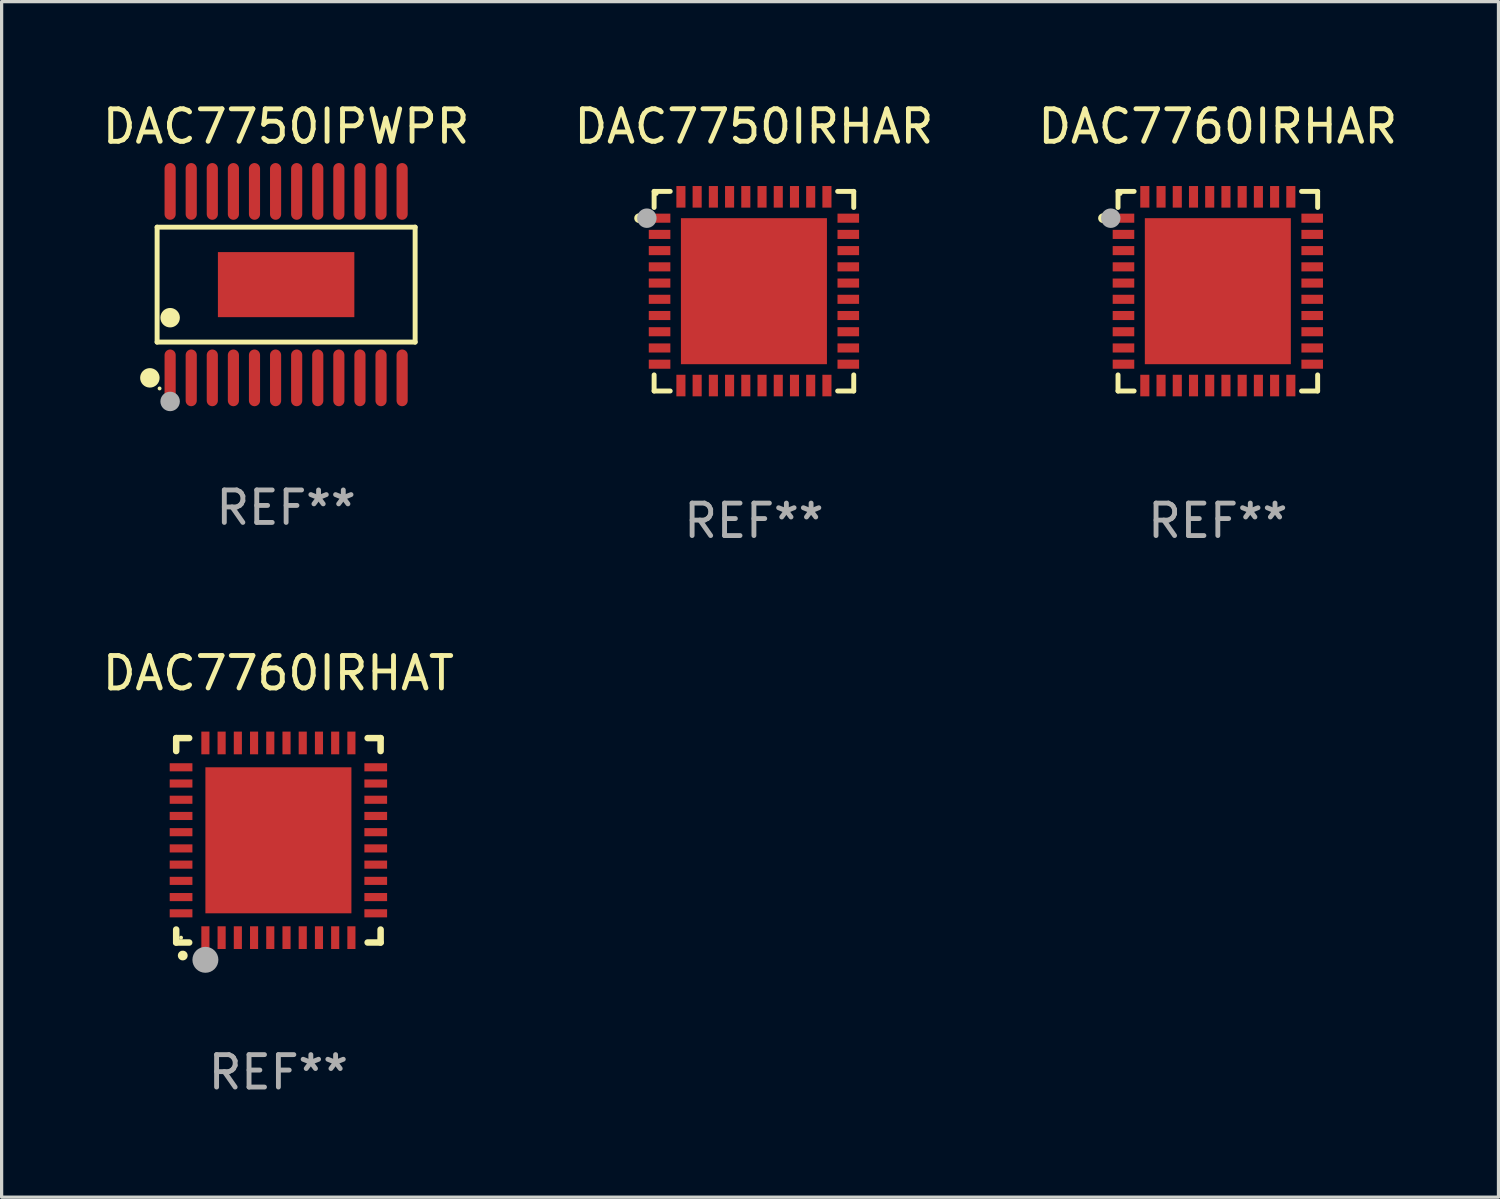
<source format=kicad_pcb>
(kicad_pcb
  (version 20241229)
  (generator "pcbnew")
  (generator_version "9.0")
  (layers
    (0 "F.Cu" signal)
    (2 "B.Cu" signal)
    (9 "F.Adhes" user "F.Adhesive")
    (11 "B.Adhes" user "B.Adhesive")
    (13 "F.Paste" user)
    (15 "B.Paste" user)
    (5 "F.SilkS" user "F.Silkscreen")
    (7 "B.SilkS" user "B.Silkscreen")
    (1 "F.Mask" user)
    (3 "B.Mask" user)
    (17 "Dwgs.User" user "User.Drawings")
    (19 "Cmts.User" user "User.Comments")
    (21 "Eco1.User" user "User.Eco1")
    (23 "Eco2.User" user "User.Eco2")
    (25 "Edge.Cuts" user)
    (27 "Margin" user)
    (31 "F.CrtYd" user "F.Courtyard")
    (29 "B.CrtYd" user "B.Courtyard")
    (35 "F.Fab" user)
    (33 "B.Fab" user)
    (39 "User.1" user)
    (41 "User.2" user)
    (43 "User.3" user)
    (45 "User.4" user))
  (footprint "DAC7750IRHAR"
    (layer "F.Cu")
    (at 20.185 5.924)
    (property "Reference" "DAC7750IRHAR" (at 0 -5.076 0) (layer "F.SilkS") (effects (font (size 1 1) (thickness 0.15))))
    (attr through_hole)
    (fp_line (start -3.076 -3.076) (end -3.076 -2.58) (stroke (width 0.152) (type solid)) (layer "F.SilkS"))
    (fp_line (start -3.076 3.076) (end -3.076 2.58) (stroke (width 0.152) (type solid)) (layer "F.SilkS"))
    (fp_line (start -2.58 -3.076) (end -3.076 -3.076) (stroke (width 0.152) (type solid)) (layer "F.SilkS"))
    (fp_line (start -2.58 3.076) (end -3.076 3.076) (stroke (width 0.152) (type solid)) (layer "F.SilkS"))
    (fp_line (start 2.58 -3.076) (end 3.076 -3.076) (stroke (width 0.152) (type solid)) (layer "F.SilkS"))
    (fp_line (start 2.58 3.076) (end 3.076 3.076) (stroke (width 0.152) (type solid)) (layer "F.SilkS"))
    (fp_line (start 3.076 -3.076) (end 3.076 -2.58) (stroke (width 0.152) (type solid)) (layer "F.SilkS"))
    (fp_line (start 3.076 3.076) (end 3.076 2.58) (stroke (width 0.152) (type solid)) (layer "F.SilkS"))
    (fp_circle (center -3.54 -2.25) (end -3.465 -2.25) (stroke (width 0.15) (type solid)) (fill no) (layer "F.SilkS"))
    (fp_circle (center -3 -3) (end -2.97 -3) (stroke (width 0.06) (type solid)) (fill no) (layer "F.SilkS"))
    (fp_circle (center -3.3 -2.25) (end -3.15 -2.25) (stroke (width 0.3) (type solid)) (fill no) (layer "F.Fab"))
    (fp_text user "REF**" (at 0 7.076 0) (layer "F.Fab") (effects (font (size 1 1) (thickness 0.15))))
    (pad "1" smd rect (at -2.908 -2.25) (size 0.665 0.28) (layers "F.Cu" "F.Mask" "F.Paste"))
    (pad "2" smd rect (at -2.908 -1.75) (size 0.665 0.28) (layers "F.Cu" "F.Mask" "F.Paste"))
    (pad "3" smd rect (at -2.908 -1.25) (size 0.665 0.28) (layers "F.Cu" "F.Mask" "F.Paste"))
    (pad "4" smd rect (at -2.908 -0.75) (size 0.665 0.28) (layers "F.Cu" "F.Mask" "F.Paste"))
    (pad "5" smd rect (at -2.908 -0.25) (size 0.665 0.28) (layers "F.Cu" "F.Mask" "F.Paste"))
    (pad "6" smd rect (at -2.908 0.25) (size 0.665 0.28) (layers "F.Cu" "F.Mask" "F.Paste"))
    (pad "7" smd rect (at -2.908 0.75) (size 0.665 0.28) (layers "F.Cu" "F.Mask" "F.Paste"))
    (pad "8" smd rect (at -2.908 1.25) (size 0.665 0.28) (layers "F.Cu" "F.Mask" "F.Paste"))
    (pad "9" smd rect (at -2.908 1.75) (size 0.665 0.28) (layers "F.Cu" "F.Mask" "F.Paste"))
    (pad "10" smd rect (at -2.908 2.25) (size 0.665 0.28) (layers "F.Cu" "F.Mask" "F.Paste"))
    (pad "11" smd rect (at -2.25 2.908) (size 0.28 0.665) (layers "F.Cu" "F.Mask" "F.Paste"))
    (pad "12" smd rect (at -1.75 2.908) (size 0.28 0.665) (layers "F.Cu" "F.Mask" "F.Paste"))
    (pad "13" smd rect (at -1.25 2.908) (size 0.28 0.665) (layers "F.Cu" "F.Mask" "F.Paste"))
    (pad "14" smd rect (at -0.75 2.908) (size 0.28 0.665) (layers "F.Cu" "F.Mask" "F.Paste"))
    (pad "15" smd rect (at -0.25 2.908) (size 0.28 0.665) (layers "F.Cu" "F.Mask" "F.Paste"))
    (pad "16" smd rect (at 0.25 2.908) (size 0.28 0.665) (layers "F.Cu" "F.Mask" "F.Paste"))
    (pad "17" smd rect (at 0.75 2.908) (size 0.28 0.665) (layers "F.Cu" "F.Mask" "F.Paste"))
    (pad "18" smd rect (at 1.25 2.908) (size 0.28 0.665) (layers "F.Cu" "F.Mask" "F.Paste"))
    (pad "19" smd rect (at 1.75 2.908) (size 0.28 0.665) (layers "F.Cu" "F.Mask" "F.Paste"))
    (pad "20" smd rect (at 2.25 2.908) (size 0.28 0.665) (layers "F.Cu" "F.Mask" "F.Paste"))
    (pad "21" smd rect (at 2.908 2.25) (size 0.665 0.28) (layers "F.Cu" "F.Mask" "F.Paste"))
    (pad "22" smd rect (at 2.908 1.75) (size 0.665 0.28) (layers "F.Cu" "F.Mask" "F.Paste"))
    (pad "23" smd rect (at 2.908 1.25) (size 0.665 0.28) (layers "F.Cu" "F.Mask" "F.Paste"))
    (pad "24" smd rect (at 2.908 0.75) (size 0.665 0.28) (layers "F.Cu" "F.Mask" "F.Paste"))
    (pad "25" smd rect (at 2.908 0.25) (size 0.665 0.28) (layers "F.Cu" "F.Mask" "F.Paste"))
    (pad "26" smd rect (at 2.908 -0.25) (size 0.665 0.28) (layers "F.Cu" "F.Mask" "F.Paste"))
    (pad "27" smd rect (at 2.908 -0.75) (size 0.665 0.28) (layers "F.Cu" "F.Mask" "F.Paste"))
    (pad "28" smd rect (at 2.908 -1.25) (size 0.665 0.28) (layers "F.Cu" "F.Mask" "F.Paste"))
    (pad "29" smd rect (at 2.908 -1.75) (size 0.665 0.28) (layers "F.Cu" "F.Mask" "F.Paste"))
    (pad "30" smd rect (at 2.908 -2.25) (size 0.665 0.28) (layers "F.Cu" "F.Mask" "F.Paste"))
    (pad "31" smd rect (at 2.25 -2.908) (size 0.28 0.665) (layers "F.Cu" "F.Mask" "F.Paste"))
    (pad "32" smd rect (at 1.75 -2.908) (size 0.28 0.665) (layers "F.Cu" "F.Mask" "F.Paste"))
    (pad "33" smd rect (at 1.25 -2.908) (size 0.28 0.665) (layers "F.Cu" "F.Mask" "F.Paste"))
    (pad "34" smd rect (at 0.75 -2.908) (size 0.28 0.665) (layers "F.Cu" "F.Mask" "F.Paste"))
    (pad "35" smd rect (at 0.25 -2.908) (size 0.28 0.665) (layers "F.Cu" "F.Mask" "F.Paste"))
    (pad "36" smd rect (at -0.25 -2.908) (size 0.28 0.665) (layers "F.Cu" "F.Mask" "F.Paste"))
    (pad "37" smd rect (at -0.75 -2.908) (size 0.28 0.665) (layers "F.Cu" "F.Mask" "F.Paste"))
    (pad "38" smd rect (at -1.25 -2.908) (size 0.28 0.665) (layers "F.Cu" "F.Mask" "F.Paste"))
    (pad "39" smd rect (at -1.75 -2.908) (size 0.28 0.665) (layers "F.Cu" "F.Mask" "F.Paste"))
    (pad "40" smd rect (at -2.25 -2.908) (size 0.28 0.665) (layers "F.Cu" "F.Mask" "F.Paste"))
    (pad "41" smd rect (at 0 0) (size 4.5 4.5) (layers "F.Cu" "F.Mask" "F.Paste")))
  (footprint "DAC7760IRHAR"
    (layer "F.Cu")
    (at 34.482 5.924)
    (property "Reference" "DAC7760IRHAR" (at 0 -5.076 0) (layer "F.SilkS") (effects (font (size 1 1) (thickness 0.15))))
    (attr through_hole)
    (fp_line (start -3.076 -3.076) (end -3.076 -2.58) (stroke (width 0.152) (type solid)) (layer "F.SilkS"))
    (fp_line (start -3.076 3.076) (end -3.076 2.58) (stroke (width 0.152) (type solid)) (layer "F.SilkS"))
    (fp_line (start -2.58 -3.076) (end -3.076 -3.076) (stroke (width 0.152) (type solid)) (layer "F.SilkS"))
    (fp_line (start -2.58 3.076) (end -3.076 3.076) (stroke (width 0.152) (type solid)) (layer "F.SilkS"))
    (fp_line (start 2.58 -3.076) (end 3.076 -3.076) (stroke (width 0.152) (type solid)) (layer "F.SilkS"))
    (fp_line (start 2.58 3.076) (end 3.076 3.076) (stroke (width 0.152) (type solid)) (layer "F.SilkS"))
    (fp_line (start 3.076 -3.076) (end 3.076 -2.58) (stroke (width 0.152) (type solid)) (layer "F.SilkS"))
    (fp_line (start 3.076 3.076) (end 3.076 2.58) (stroke (width 0.152) (type solid)) (layer "F.SilkS"))
    (fp_circle (center -3.54 -2.25) (end -3.465 -2.25) (stroke (width 0.15) (type solid)) (fill no) (layer "F.SilkS"))
    (fp_circle (center -3 -3) (end -2.97 -3) (stroke (width 0.06) (type solid)) (fill no) (layer "F.SilkS"))
    (fp_circle (center -3.3 -2.25) (end -3.15 -2.25) (stroke (width 0.3) (type solid)) (fill no) (layer "F.Fab"))
    (fp_text user "REF**" (at 0 7.076 0) (layer "F.Fab") (effects (font (size 1 1) (thickness 0.15))))
    (pad "1" smd rect (at -2.908 -2.25) (size 0.665 0.28) (layers "F.Cu" "F.Mask" "F.Paste"))
    (pad "2" smd rect (at -2.908 -1.75) (size 0.665 0.28) (layers "F.Cu" "F.Mask" "F.Paste"))
    (pad "3" smd rect (at -2.908 -1.25) (size 0.665 0.28) (layers "F.Cu" "F.Mask" "F.Paste"))
    (pad "4" smd rect (at -2.908 -0.75) (size 0.665 0.28) (layers "F.Cu" "F.Mask" "F.Paste"))
    (pad "5" smd rect (at -2.908 -0.25) (size 0.665 0.28) (layers "F.Cu" "F.Mask" "F.Paste"))
    (pad "6" smd rect (at -2.908 0.25) (size 0.665 0.28) (layers "F.Cu" "F.Mask" "F.Paste"))
    (pad "7" smd rect (at -2.908 0.75) (size 0.665 0.28) (layers "F.Cu" "F.Mask" "F.Paste"))
    (pad "8" smd rect (at -2.908 1.25) (size 0.665 0.28) (layers "F.Cu" "F.Mask" "F.Paste"))
    (pad "9" smd rect (at -2.908 1.75) (size 0.665 0.28) (layers "F.Cu" "F.Mask" "F.Paste"))
    (pad "10" smd rect (at -2.908 2.25) (size 0.665 0.28) (layers "F.Cu" "F.Mask" "F.Paste"))
    (pad "11" smd rect (at -2.25 2.908) (size 0.28 0.665) (layers "F.Cu" "F.Mask" "F.Paste"))
    (pad "12" smd rect (at -1.75 2.908) (size 0.28 0.665) (layers "F.Cu" "F.Mask" "F.Paste"))
    (pad "13" smd rect (at -1.25 2.908) (size 0.28 0.665) (layers "F.Cu" "F.Mask" "F.Paste"))
    (pad "14" smd rect (at -0.75 2.908) (size 0.28 0.665) (layers "F.Cu" "F.Mask" "F.Paste"))
    (pad "15" smd rect (at -0.25 2.908) (size 0.28 0.665) (layers "F.Cu" "F.Mask" "F.Paste"))
    (pad "16" smd rect (at 0.25 2.908) (size 0.28 0.665) (layers "F.Cu" "F.Mask" "F.Paste"))
    (pad "17" smd rect (at 0.75 2.908) (size 0.28 0.665) (layers "F.Cu" "F.Mask" "F.Paste"))
    (pad "18" smd rect (at 1.25 2.908) (size 0.28 0.665) (layers "F.Cu" "F.Mask" "F.Paste"))
    (pad "19" smd rect (at 1.75 2.908) (size 0.28 0.665) (layers "F.Cu" "F.Mask" "F.Paste"))
    (pad "20" smd rect (at 2.25 2.908) (size 0.28 0.665) (layers "F.Cu" "F.Mask" "F.Paste"))
    (pad "21" smd rect (at 2.908 2.25) (size 0.665 0.28) (layers "F.Cu" "F.Mask" "F.Paste"))
    (pad "22" smd rect (at 2.908 1.75) (size 0.665 0.28) (layers "F.Cu" "F.Mask" "F.Paste"))
    (pad "23" smd rect (at 2.908 1.25) (size 0.665 0.28) (layers "F.Cu" "F.Mask" "F.Paste"))
    (pad "24" smd rect (at 2.908 0.75) (size 0.665 0.28) (layers "F.Cu" "F.Mask" "F.Paste"))
    (pad "25" smd rect (at 2.908 0.25) (size 0.665 0.28) (layers "F.Cu" "F.Mask" "F.Paste"))
    (pad "26" smd rect (at 2.908 -0.25) (size 0.665 0.28) (layers "F.Cu" "F.Mask" "F.Paste"))
    (pad "27" smd rect (at 2.908 -0.75) (size 0.665 0.28) (layers "F.Cu" "F.Mask" "F.Paste"))
    (pad "28" smd rect (at 2.908 -1.25) (size 0.665 0.28) (layers "F.Cu" "F.Mask" "F.Paste"))
    (pad "29" smd rect (at 2.908 -1.75) (size 0.665 0.28) (layers "F.Cu" "F.Mask" "F.Paste"))
    (pad "30" smd rect (at 2.908 -2.25) (size 0.665 0.28) (layers "F.Cu" "F.Mask" "F.Paste"))
    (pad "31" smd rect (at 2.25 -2.908) (size 0.28 0.665) (layers "F.Cu" "F.Mask" "F.Paste"))
    (pad "32" smd rect (at 1.75 -2.908) (size 0.28 0.665) (layers "F.Cu" "F.Mask" "F.Paste"))
    (pad "33" smd rect (at 1.25 -2.908) (size 0.28 0.665) (layers "F.Cu" "F.Mask" "F.Paste"))
    (pad "34" smd rect (at 0.75 -2.908) (size 0.28 0.665) (layers "F.Cu" "F.Mask" "F.Paste"))
    (pad "35" smd rect (at 0.25 -2.908) (size 0.28 0.665) (layers "F.Cu" "F.Mask" "F.Paste"))
    (pad "36" smd rect (at -0.25 -2.908) (size 0.28 0.665) (layers "F.Cu" "F.Mask" "F.Paste"))
    (pad "37" smd rect (at -0.75 -2.908) (size 0.28 0.665) (layers "F.Cu" "F.Mask" "F.Paste"))
    (pad "38" smd rect (at -1.25 -2.908) (size 0.28 0.665) (layers "F.Cu" "F.Mask" "F.Paste"))
    (pad "39" smd rect (at -1.75 -2.908) (size 0.28 0.665) (layers "F.Cu" "F.Mask" "F.Paste"))
    (pad "40" smd rect (at -2.25 -2.908) (size 0.28 0.665) (layers "F.Cu" "F.Mask" "F.Paste"))
    (pad "41" smd rect (at 0 0) (size 4.5 4.5) (layers "F.Cu" "F.Mask" "F.Paste")))
  (footprint "DAC7750IPWPR"
    (layer "F.Cu")
    (at 5.768 5.722)
    (property "Reference" "DAC7750IPWPR" (at 0 -4.873 0) (layer "F.SilkS") (effects (font (size 1 1) (thickness 0.15))))
    (attr through_hole)
    (fp_line (start -3.976 -1.771) (end 3.976 -1.771) (stroke (width 0.152) (type solid)) (layer "F.SilkS"))
    (fp_line (start -3.976 1.771) (end -3.976 -1.771) (stroke (width 0.152) (type solid)) (layer "F.SilkS"))
    (fp_line (start 3.976 -1.771) (end 3.976 1.771) (stroke (width 0.152) (type solid)) (layer "F.SilkS"))
    (fp_line (start 3.976 1.771) (end -3.976 1.771) (stroke (width 0.152) (type solid)) (layer "F.SilkS"))
    (fp_circle (center -4.199 2.873) (end -4.049 2.873) (stroke (width 0.3) (type solid)) (fill no) (layer "F.SilkS"))
    (fp_circle (center -3.9 3.2) (end -3.87 3.2) (stroke (width 0.06) (type solid)) (fill no) (layer "F.SilkS"))
    (fp_circle (center -3.575 1.019) (end -3.425 1.019) (stroke (width 0.3) (type solid)) (fill no) (layer "F.SilkS"))
    (fp_circle (center -3.575 3.6) (end -3.425 3.6) (stroke (width 0.3) (type solid)) (fill no) (layer "F.Fab"))
    (fp_text user "REF**" (at 0 6.873 0) (layer "F.Fab") (effects (font (size 1 1) (thickness 0.15))))
    (pad "1" smd oval (at -3.575 2.873) (size 0.343 1.747) (layers "F.Cu" "F.Mask" "F.Paste"))
    (pad "2" smd oval (at -2.925 2.873) (size 0.343 1.747) (layers "F.Cu" "F.Mask" "F.Paste"))
    (pad "3" smd oval (at -2.275 2.873) (size 0.343 1.747) (layers "F.Cu" "F.Mask" "F.Paste"))
    (pad "4" smd oval (at -1.625 2.873) (size 0.343 1.747) (layers "F.Cu" "F.Mask" "F.Paste"))
    (pad "5" smd oval (at -0.975 2.873) (size 0.343 1.747) (layers "F.Cu" "F.Mask" "F.Paste"))
    (pad "6" smd oval (at -0.325 2.873) (size 0.343 1.747) (layers "F.Cu" "F.Mask" "F.Paste"))
    (pad "7" smd oval (at 0.325 2.873) (size 0.343 1.747) (layers "F.Cu" "F.Mask" "F.Paste"))
    (pad "8" smd oval (at 0.975 2.873) (size 0.343 1.747) (layers "F.Cu" "F.Mask" "F.Paste"))
    (pad "9" smd oval (at 1.625 2.873) (size 0.343 1.747) (layers "F.Cu" "F.Mask" "F.Paste"))
    (pad "10" smd oval (at 2.275 2.873) (size 0.343 1.747) (layers "F.Cu" "F.Mask" "F.Paste"))
    (pad "11" smd oval (at 2.925 2.873) (size 0.343 1.747) (layers "F.Cu" "F.Mask" "F.Paste"))
    (pad "12" smd oval (at 3.575 2.873) (size 0.343 1.747) (layers "F.Cu" "F.Mask" "F.Paste"))
    (pad "13" smd oval (at 3.575 -2.873) (size 0.343 1.747) (layers "F.Cu" "F.Mask" "F.Paste"))
    (pad "14" smd oval (at 2.925 -2.873) (size 0.343 1.747) (layers "F.Cu" "F.Mask" "F.Paste"))
    (pad "15" smd oval (at 2.275 -2.873) (size 0.343 1.747) (layers "F.Cu" "F.Mask" "F.Paste"))
    (pad "16" smd oval (at 1.625 -2.873) (size 0.343 1.747) (layers "F.Cu" "F.Mask" "F.Paste"))
    (pad "17" smd oval (at 0.975 -2.873) (size 0.343 1.747) (layers "F.Cu" "F.Mask" "F.Paste"))
    (pad "18" smd oval (at 0.325 -2.873) (size 0.343 1.747) (layers "F.Cu" "F.Mask" "F.Paste"))
    (pad "19" smd oval (at -0.325 -2.873) (size 0.343 1.747) (layers "F.Cu" "F.Mask" "F.Paste"))
    (pad "20" smd oval (at -0.975 -2.873) (size 0.343 1.747) (layers "F.Cu" "F.Mask" "F.Paste"))
    (pad "21" smd oval (at -1.625 -2.873) (size 0.343 1.747) (layers "F.Cu" "F.Mask" "F.Paste"))
    (pad "22" smd oval (at -2.275 -2.873) (size 0.343 1.747) (layers "F.Cu" "F.Mask" "F.Paste"))
    (pad "23" smd oval (at -2.925 -2.873) (size 0.343 1.747) (layers "F.Cu" "F.Mask" "F.Paste"))
    (pad "24" smd oval (at -3.575 -2.873) (size 0.343 1.747) (layers "F.Cu" "F.Mask" "F.Paste"))
    (pad "25" smd rect (at 0 0) (size 4.205 2.005) (layers "F.Cu" "F.Mask" "F.Paste")))
  (footprint "DAC7760IRHAT"
    (layer "F.Cu")
    (at 5.53 22.847)
    (property "Reference" "DAC7760IRHAT" (at 0 -5.15 0) (layer "F.SilkS") (effects (font (size 1 1) (thickness 0.15))))
    (attr through_hole)
    (fp_line (start -3.15 -3.15) (end -2.75 -3.15) (stroke (width 0.2) (type solid)) (layer "F.SilkS"))
    (fp_line (start -3.15 -2.75) (end -3.15 -3.15) (stroke (width 0.2) (type solid)) (layer "F.SilkS"))
    (fp_line (start -3.15 3.15) (end -3.15 2.75) (stroke (width 0.2) (type solid)) (layer "F.SilkS"))
    (fp_line (start -2.75 3.15) (end -3.15 3.15) (stroke (width 0.2) (type solid)) (layer "F.SilkS"))
    (fp_line (start 3.15 -3.15) (end 2.75 -3.15) (stroke (width 0.2) (type solid)) (layer "F.SilkS"))
    (fp_line (start 3.15 -2.75) (end 3.15 -3.15) (stroke (width 0.2) (type solid)) (layer "F.SilkS"))
    (fp_line (start 3.15 2.75) (end 3.15 3.15) (stroke (width 0.2) (type solid)) (layer "F.SilkS"))
    (fp_line (start 3.15 3.15) (end 2.75 3.15) (stroke (width 0.2) (type solid)) (layer "F.SilkS"))
    (fp_arc (start -2.94892 3.550927) (mid -2.94765 3.550922) (end -2.94638 3.550927) (stroke (width 0.3) (type solid)) (layer "F.SilkS"))
    (fp_circle (center -3 3) (end -2.97 3) (stroke (width 0.06) (type solid)) (fill no) (layer "F.SilkS"))
    (fp_circle (center -2.25 3.683) (end -2.05 3.683) (stroke (width 0.4) (type solid)) (fill no) (layer "F.Fab"))
    (fp_text user "REF**" (at 0 7.15 0) (layer "F.Fab") (effects (font (size 1 1) (thickness 0.15))))
    (pad "1" smd rect (at -2.25 3 180) (size 0.25 0.7) (layers "F.Cu" "F.Mask" "F.Paste"))
    (pad "2" smd rect (at -1.75 3 180) (size 0.25 0.7) (layers "F.Cu" "F.Mask" "F.Paste"))
    (pad "3" smd rect (at -1.25 3 180) (size 0.25 0.7) (layers "F.Cu" "F.Mask" "F.Paste"))
    (pad "4" smd rect (at -0.75 3 180) (size 0.25 0.7) (layers "F.Cu" "F.Mask" "F.Paste"))
    (pad "5" smd rect (at -0.25 3 180) (size 0.25 0.7) (layers "F.Cu" "F.Mask" "F.Paste"))
    (pad "6" smd rect (at 0.25 3 180) (size 0.25 0.7) (layers "F.Cu" "F.Mask" "F.Paste"))
    (pad "7" smd rect (at 0.75 3 180) (size 0.25 0.7) (layers "F.Cu" "F.Mask" "F.Paste"))
    (pad "8" smd rect (at 1.25 3 180) (size 0.25 0.7) (layers "F.Cu" "F.Mask" "F.Paste"))
    (pad "9" smd rect (at 1.75 3 180) (size 0.25 0.7) (layers "F.Cu" "F.Mask" "F.Paste"))
    (pad "10" smd rect (at 2.25 3 180) (size 0.25 0.7) (layers "F.Cu" "F.Mask" "F.Paste"))
    (pad "11" smd rect (at 3 2.25 90) (size 0.25 0.7) (layers "F.Cu" "F.Mask" "F.Paste"))
    (pad "12" smd rect (at 3 1.75 90) (size 0.25 0.7) (layers "F.Cu" "F.Mask" "F.Paste"))
    (pad "13" smd rect (at 3 1.25 90) (size 0.25 0.7) (layers "F.Cu" "F.Mask" "F.Paste"))
    (pad "14" smd rect (at 3 0.75 90) (size 0.25 0.7) (layers "F.Cu" "F.Mask" "F.Paste"))
    (pad "15" smd rect (at 3 0.25 90) (size 0.25 0.7) (layers "F.Cu" "F.Mask" "F.Paste"))
    (pad "16" smd rect (at 3 -0.25 90) (size 0.25 0.7) (layers "F.Cu" "F.Mask" "F.Paste"))
    (pad "17" smd rect (at 3 -0.75 90) (size 0.25 0.7) (layers "F.Cu" "F.Mask" "F.Paste"))
    (pad "18" smd rect (at 3 -1.25 90) (size 0.25 0.7) (layers "F.Cu" "F.Mask" "F.Paste"))
    (pad "19" smd rect (at 3 -1.75 90) (size 0.25 0.7) (layers "F.Cu" "F.Mask" "F.Paste"))
    (pad "20" smd rect (at 3 -2.25 90) (size 0.25 0.7) (layers "F.Cu" "F.Mask" "F.Paste"))
    (pad "21" smd rect (at 2.25 -3 180) (size 0.25 0.7) (layers "F.Cu" "F.Mask" "F.Paste"))
    (pad "22" smd rect (at 1.75 -3 180) (size 0.25 0.7) (layers "F.Cu" "F.Mask" "F.Paste"))
    (pad "23" smd rect (at 1.25 -3 180) (size 0.25 0.7) (layers "F.Cu" "F.Mask" "F.Paste"))
    (pad "24" smd rect (at 0.75 -3 180) (size 0.25 0.7) (layers "F.Cu" "F.Mask" "F.Paste"))
    (pad "25" smd rect (at 0.25 -3 180) (size 0.25 0.7) (layers "F.Cu" "F.Mask" "F.Paste"))
    (pad "26" smd rect (at -0.25 -3 180) (size 0.25 0.7) (layers "F.Cu" "F.Mask" "F.Paste"))
    (pad "27" smd rect (at -0.75 -3 180) (size 0.25 0.7) (layers "F.Cu" "F.Mask" "F.Paste"))
    (pad "28" smd rect (at -1.25 -3 180) (size 0.25 0.7) (layers "F.Cu" "F.Mask" "F.Paste"))
    (pad "29" smd rect (at -1.75 -3 180) (size 0.25 0.7) (layers "F.Cu" "F.Mask" "F.Paste"))
    (pad "30" smd rect (at -2.25 -3 180) (size 0.25 0.7) (layers "F.Cu" "F.Mask" "F.Paste"))
    (pad "31" smd rect (at -3 -2.25 90) (size 0.25 0.7) (layers "F.Cu" "F.Mask" "F.Paste"))
    (pad "32" smd rect (at -3 -1.75 90) (size 0.25 0.7) (layers "F.Cu" "F.Mask" "F.Paste"))
    (pad "33" smd rect (at -3 -1.25 90) (size 0.25 0.7) (layers "F.Cu" "F.Mask" "F.Paste"))
    (pad "34" smd rect (at -3 -0.75 90) (size 0.25 0.7) (layers "F.Cu" "F.Mask" "F.Paste"))
    (pad "35" smd rect (at -3 -0.25 90) (size 0.25 0.7) (layers "F.Cu" "F.Mask" "F.Paste"))
    (pad "36" smd rect (at -3 0.25 90) (size 0.25 0.7) (layers "F.Cu" "F.Mask" "F.Paste"))
    (pad "37" smd rect (at -3 0.75 90) (size 0.25 0.7) (layers "F.Cu" "F.Mask" "F.Paste"))
    (pad "38" smd rect (at -3 1.25 90) (size 0.25 0.7) (layers "F.Cu" "F.Mask" "F.Paste"))
    (pad "39" smd rect (at -3 1.75 90) (size 0.25 0.7) (layers "F.Cu" "F.Mask" "F.Paste"))
    (pad "40" smd rect (at -3 2.25 90) (size 0.25 0.7) (layers "F.Cu" "F.Mask" "F.Paste"))
    (pad "41" smd rect (at 0.000102 0.000076 90) (size 4.5 4.5) (layers "F.Cu" "F.Mask" "F.Paste")))
  (gr_rect
    (start -3 -3)
    (end 43.131 33.845)
    (stroke (width 0.1) (type default))
    (fill no)
    (layer "Edge.Cuts")))
</source>
